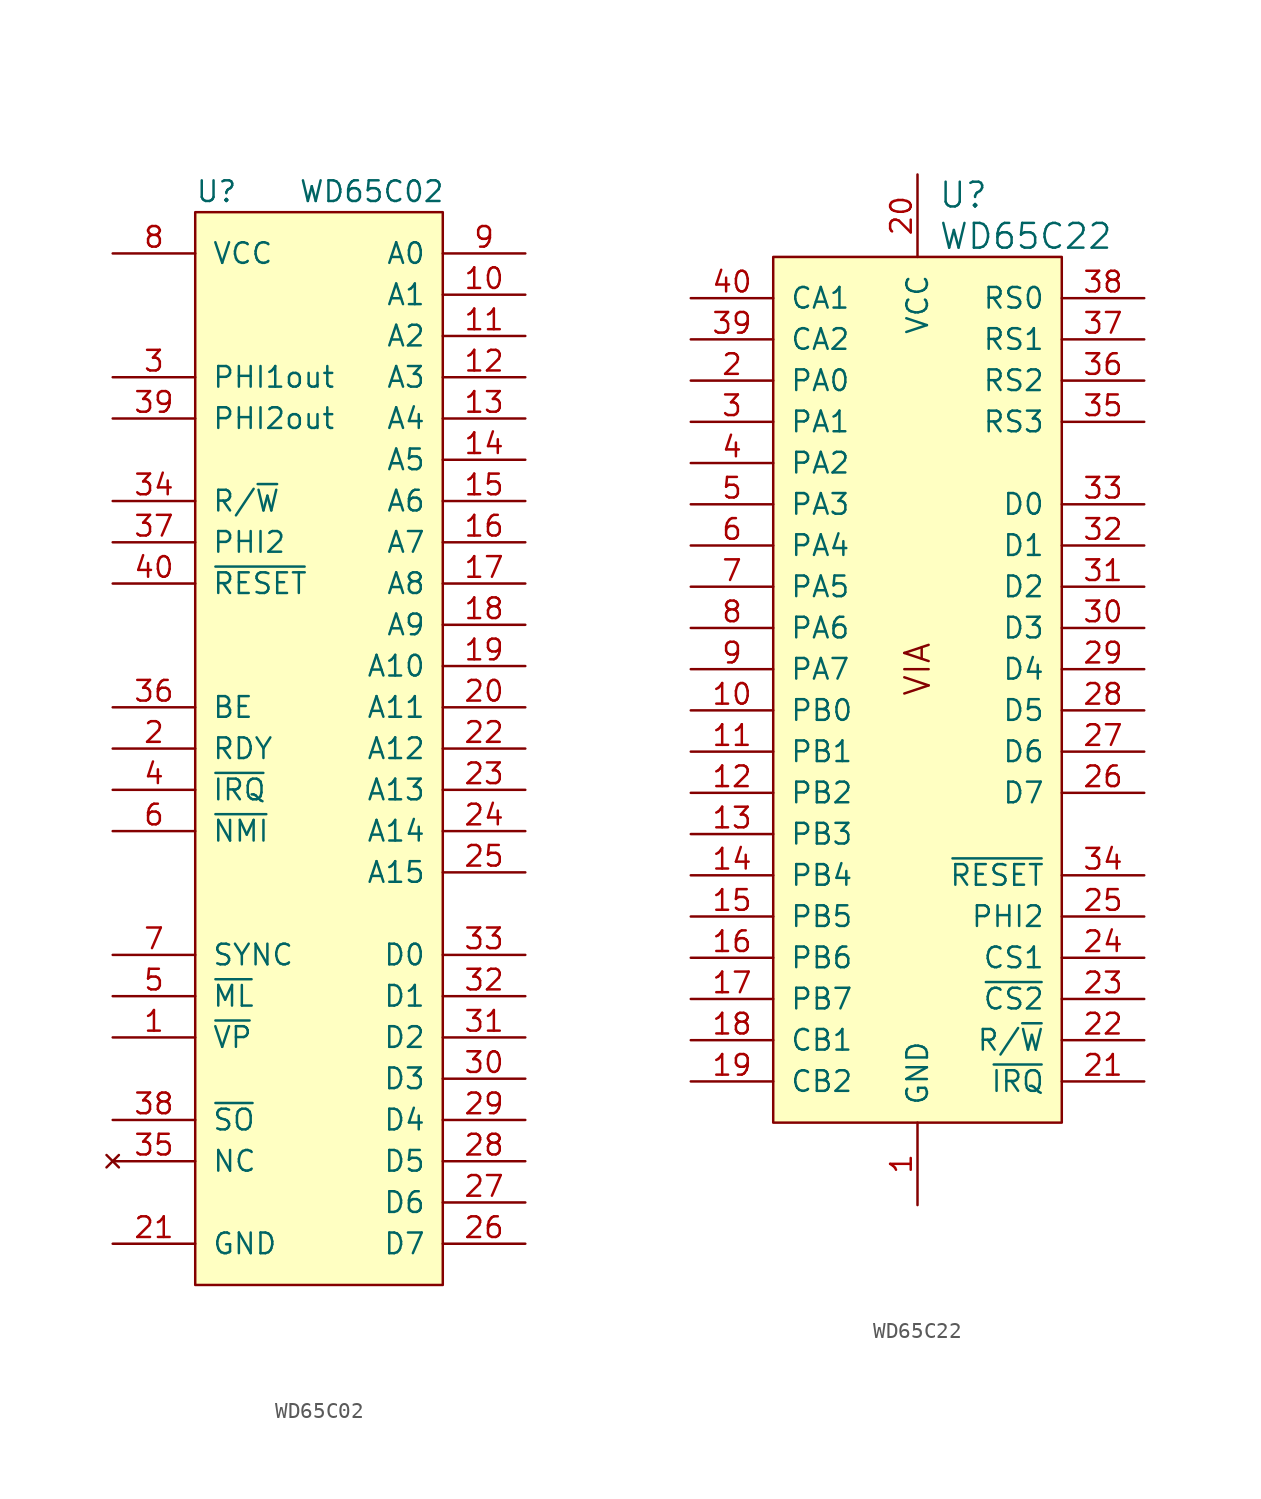
<source format=kicad_sym>
(kicad_symbol_lib
  (version 20220914)
  (generator kicad_symbol_editor)
  (symbol "WD65C02"
    (pin_names
      (offset 1.016))
    (property "Reference" "U"
      (at 0 1.27 0)
      (effects (font (size 1.27 1.27)) (justify left)))
    (property "Value" "WD65C02"
      (at 6.35 1.27 0)
      (effects (font (size 1.27 1.27)) (justify left)))
    (property "Footprint" ""
      (at 19.05 0 0)
      (effects (font (size 1.524 1.524))))
    (property "Datasheet" ""
      (at 19.05 0 0)
      (effects (font (size 1.524 1.524))))
    (symbol "WD65C02_0_1"
      (rectangle (start 0 0) (end 15.24 -66.04) (stroke (width 0) (type solid)) (fill (type background))))
    (symbol "WD65C02_1_1"
      (pin output line (at -5.08 -50.8 0) (length 5.08) (name "~{VP}" (effects (font (size 1.27 1.27)))) (number "1" (effects (font (size 1.27 1.27)))))
      (pin output line (at 20.32 -5.08 180) (length 5.08) (name "A1" (effects (font (size 1.27 1.27)))) (number "10" (effects (font (size 1.27 1.27)))))
      (pin output line (at 20.32 -7.62 180) (length 5.08) (name "A2" (effects (font (size 1.27 1.27)))) (number "11" (effects (font (size 1.27 1.27)))))
      (pin output line (at 20.32 -10.16 180) (length 5.08) (name "A3" (effects (font (size 1.27 1.27)))) (number "12" (effects (font (size 1.27 1.27)))))
      (pin output line (at 20.32 -12.7 180) (length 5.08) (name "A4" (effects (font (size 1.27 1.27)))) (number "13" (effects (font (size 1.27 1.27)))))
      (pin output line (at 20.32 -15.24 180) (length 5.08) (name "A5" (effects (font (size 1.27 1.27)))) (number "14" (effects (font (size 1.27 1.27)))))
      (pin output line (at 20.32 -17.78 180) (length 5.08) (name "A6" (effects (font (size 1.27 1.27)))) (number "15" (effects (font (size 1.27 1.27)))))
      (pin output line (at 20.32 -20.32 180) (length 5.08) (name "A7" (effects (font (size 1.27 1.27)))) (number "16" (effects (font (size 1.27 1.27)))))
      (pin output line (at 20.32 -22.86 180) (length 5.08) (name "A8" (effects (font (size 1.27 1.27)))) (number "17" (effects (font (size 1.27 1.27)))))
      (pin output line (at 20.32 -25.4 180) (length 5.08) (name "A9" (effects (font (size 1.27 1.27)))) (number "18" (effects (font (size 1.27 1.27)))))
      (pin output line (at 20.32 -27.94 180) (length 5.08) (name "A10" (effects (font (size 1.27 1.27)))) (number "19" (effects (font (size 1.27 1.27)))))
      (pin bidirectional line (at -5.08 -33.02 0) (length 5.08) (name "RDY" (effects (font (size 1.27 1.27)))) (number "2" (effects (font (size 1.27 1.27)))))
      (pin output line (at 20.32 -30.48 180) (length 5.08) (name "A11" (effects (font (size 1.27 1.27)))) (number "20" (effects (font (size 1.27 1.27)))))
      (pin power_in line (at -5.08 -63.5 0) (length 5.08) (name "GND" (effects (font (size 1.27 1.27)))) (number "21" (effects (font (size 1.27 1.27)))))
      (pin output line (at 20.32 -33.02 180) (length 5.08) (name "A12" (effects (font (size 1.27 1.27)))) (number "22" (effects (font (size 1.27 1.27)))))
      (pin output line (at 20.32 -35.56 180) (length 5.08) (name "A13" (effects (font (size 1.27 1.27)))) (number "23" (effects (font (size 1.27 1.27)))))
      (pin output line (at 20.32 -38.1 180) (length 5.08) (name "A14" (effects (font (size 1.27 1.27)))) (number "24" (effects (font (size 1.27 1.27)))))
      (pin output line (at 20.32 -40.64 180) (length 5.08) (name "A15" (effects (font (size 1.27 1.27)))) (number "25" (effects (font (size 1.27 1.27)))))
      (pin tri_state line (at 20.32 -63.5 180) (length 5.08) (name "D7" (effects (font (size 1.27 1.27)))) (number "26" (effects (font (size 1.27 1.27)))))
      (pin tri_state line (at 20.32 -60.96 180) (length 5.08) (name "D6" (effects (font (size 1.27 1.27)))) (number "27" (effects (font (size 1.27 1.27)))))
      (pin tri_state line (at 20.32 -58.42 180) (length 5.08) (name "D5" (effects (font (size 1.27 1.27)))) (number "28" (effects (font (size 1.27 1.27)))))
      (pin tri_state line (at 20.32 -55.88 180) (length 5.08) (name "D4" (effects (font (size 1.27 1.27)))) (number "29" (effects (font (size 1.27 1.27)))))
      (pin output line (at -5.08 -10.16 0) (length 5.08) (name "PHI1out" (effects (font (size 1.27 1.27)))) (number "3" (effects (font (size 1.27 1.27)))))
      (pin tri_state line (at 20.32 -53.34 180) (length 5.08) (name "D3" (effects (font (size 1.27 1.27)))) (number "30" (effects (font (size 1.27 1.27)))))
      (pin tri_state line (at 20.32 -50.8 180) (length 5.08) (name "D2" (effects (font (size 1.27 1.27)))) (number "31" (effects (font (size 1.27 1.27)))))
      (pin tri_state line (at 20.32 -48.26 180) (length 5.08) (name "D1" (effects (font (size 1.27 1.27)))) (number "32" (effects (font (size 1.27 1.27)))))
      (pin tri_state line (at 20.32 -45.72 180) (length 5.08) (name "D0" (effects (font (size 1.27 1.27)))) (number "33" (effects (font (size 1.27 1.27)))))
      (pin output line (at -5.08 -17.78 0) (length 5.08) (name "R/~{W}" (effects (font (size 1.27 1.27)))) (number "34" (effects (font (size 1.27 1.27)))))
      (pin no_connect line (at -5.08 -58.42 0) (length 5.08) (name "NC" (effects (font (size 1.27 1.27)))) (number "35" (effects (font (size 1.27 1.27)))))
      (pin input line (at -5.08 -30.48 0) (length 5.08) (name "BE" (effects (font (size 1.27 1.27)))) (number "36" (effects (font (size 1.27 1.27)))))
      (pin input line (at -5.08 -20.32 0) (length 5.08) (name "PHI2" (effects (font (size 1.27 1.27)))) (number "37" (effects (font (size 1.27 1.27)))))
      (pin output line (at -5.08 -55.88 0) (length 5.08) (name "~{SO}" (effects (font (size 1.27 1.27)))) (number "38" (effects (font (size 1.27 1.27)))))
      (pin output line (at -5.08 -12.7 0) (length 5.08) (name "PHI2out" (effects (font (size 1.27 1.27)))) (number "39" (effects (font (size 1.27 1.27)))))
      (pin input line (at -5.08 -35.56 0) (length 5.08) (name "~{IRQ}" (effects (font (size 1.27 1.27)))) (number "4" (effects (font (size 1.27 1.27)))))
      (pin input line (at -5.08 -22.86 0) (length 5.08) (name "~{RESET}" (effects (font (size 1.27 1.27)))) (number "40" (effects (font (size 1.27 1.27)))))
      (pin output line (at -5.08 -48.26 0) (length 5.08) (name "~{ML}" (effects (font (size 1.27 1.27)))) (number "5" (effects (font (size 1.27 1.27)))))
      (pin input line (at -5.08 -38.1 0) (length 5.08) (name "~{NMI}" (effects (font (size 1.27 1.27)))) (number "6" (effects (font (size 1.27 1.27)))))
      (pin output line (at -5.08 -45.72 0) (length 5.08) (name "SYNC" (effects (font (size 1.27 1.27)))) (number "7" (effects (font (size 1.27 1.27)))))
      (pin power_in line (at -5.08 -2.54 0) (length 5.08) (name "VCC" (effects (font (size 1.27 1.27)))) (number "8" (effects (font (size 1.27 1.27)))))
      (pin output line (at 20.32 -2.54 180) (length 5.08) (name "A0" (effects (font (size 1.27 1.27)))) (number "9" (effects (font (size 1.27 1.27)))))))
  (symbol "WD65C22"
    (pin_names
      (offset 1.016))
    (property "Reference" "U"
      (at 1.27 29.21 0)
      (effects (font (size 1.524 1.524)) (justify left)))
    (property "Value" "WD65C22"
      (at 1.27 26.67 0)
      (effects (font (size 1.524 1.524)) (justify left)))
    (symbol "WD65C22_0_0"
      (text "VIA" (at 0 0 900) (effects (font (size 1.499 1.499)))))
    (symbol "WD65C22_0_1"
      (rectangle (start -8.89 25.4) (end 8.89 -27.94) (stroke (width 0) (type solid)) (fill (type background))))
    (symbol "WD65C22_1_1"
      (pin power_in line (at 0 -33.02 90) (length 5.08) (name "GND" (effects (font (size 1.27 1.27)))) (number "1" (effects (font (size 1.27 1.27)))))
      (pin bidirectional line (at -13.97 -2.54 0) (length 5.08) (name "PB0" (effects (font (size 1.27 1.27)))) (number "10" (effects (font (size 1.27 1.27)))))
      (pin bidirectional line (at -13.97 -5.08 0) (length 5.08) (name "PB1" (effects (font (size 1.27 1.27)))) (number "11" (effects (font (size 1.27 1.27)))))
      (pin bidirectional line (at -13.97 -7.62 0) (length 5.08) (name "PB2" (effects (font (size 1.27 1.27)))) (number "12" (effects (font (size 1.27 1.27)))))
      (pin bidirectional line (at -13.97 -10.16 0) (length 5.08) (name "PB3" (effects (font (size 1.27 1.27)))) (number "13" (effects (font (size 1.27 1.27)))))
      (pin bidirectional line (at -13.97 -12.7 0) (length 5.08) (name "PB4" (effects (font (size 1.27 1.27)))) (number "14" (effects (font (size 1.27 1.27)))))
      (pin bidirectional line (at -13.97 -15.24 0) (length 5.08) (name "PB5" (effects (font (size 1.27 1.27)))) (number "15" (effects (font (size 1.27 1.27)))))
      (pin bidirectional line (at -13.97 -17.78 0) (length 5.08) (name "PB6" (effects (font (size 1.27 1.27)))) (number "16" (effects (font (size 1.27 1.27)))))
      (pin bidirectional line (at -13.97 -20.32 0) (length 5.08) (name "PB7" (effects (font (size 1.27 1.27)))) (number "17" (effects (font (size 1.27 1.27)))))
      (pin bidirectional line (at -13.97 -22.86 0) (length 5.08) (name "CB1" (effects (font (size 1.27 1.27)))) (number "18" (effects (font (size 1.27 1.27)))))
      (pin bidirectional line (at -13.97 -25.4 0) (length 5.08) (name "CB2" (effects (font (size 1.27 1.27)))) (number "19" (effects (font (size 1.27 1.27)))))
      (pin bidirectional line (at -13.97 17.78 0) (length 5.08) (name "PA0" (effects (font (size 1.27 1.27)))) (number "2" (effects (font (size 1.27 1.27)))))
      (pin power_in line (at 0 30.48 270) (length 5.08) (name "VCC" (effects (font (size 1.27 1.27)))) (number "20" (effects (font (size 1.27 1.27)))))
      (pin output line (at 13.97 -25.4 180) (length 5.08) (name "~{IRQ}" (effects (font (size 1.27 1.27)))) (number "21" (effects (font (size 1.27 1.27)))))
      (pin input line (at 13.97 -22.86 180) (length 5.08) (name "R/~{W}" (effects (font (size 1.27 1.27)))) (number "22" (effects (font (size 1.27 1.27)))))
      (pin input line (at 13.97 -20.32 180) (length 5.08) (name "~{CS2}" (effects (font (size 1.27 1.27)))) (number "23" (effects (font (size 1.27 1.27)))))
      (pin input line (at 13.97 -17.78 180) (length 5.08) (name "CS1" (effects (font (size 1.27 1.27)))) (number "24" (effects (font (size 1.27 1.27)))))
      (pin input line (at 13.97 -15.24 180) (length 5.08) (name "PHI2" (effects (font (size 1.27 1.27)))) (number "25" (effects (font (size 1.27 1.27)))))
      (pin tri_state line (at 13.97 -7.62 180) (length 5.08) (name "D7" (effects (font (size 1.27 1.27)))) (number "26" (effects (font (size 1.27 1.27)))))
      (pin tri_state line (at 13.97 -5.08 180) (length 5.08) (name "D6" (effects (font (size 1.27 1.27)))) (number "27" (effects (font (size 1.27 1.27)))))
      (pin tri_state line (at 13.97 -2.54 180) (length 5.08) (name "D5" (effects (font (size 1.27 1.27)))) (number "28" (effects (font (size 1.27 1.27)))))
      (pin tri_state line (at 13.97 0 180) (length 5.08) (name "D4" (effects (font (size 1.27 1.27)))) (number "29" (effects (font (size 1.27 1.27)))))
      (pin bidirectional line (at -13.97 15.24 0) (length 5.08) (name "PA1" (effects (font (size 1.27 1.27)))) (number "3" (effects (font (size 1.27 1.27)))))
      (pin tri_state line (at 13.97 2.54 180) (length 5.08) (name "D3" (effects (font (size 1.27 1.27)))) (number "30" (effects (font (size 1.27 1.27)))))
      (pin tri_state line (at 13.97 5.08 180) (length 5.08) (name "D2" (effects (font (size 1.27 1.27)))) (number "31" (effects (font (size 1.27 1.27)))))
      (pin tri_state line (at 13.97 7.62 180) (length 5.08) (name "D1" (effects (font (size 1.27 1.27)))) (number "32" (effects (font (size 1.27 1.27)))))
      (pin tri_state line (at 13.97 10.16 180) (length 5.08) (name "D0" (effects (font (size 1.27 1.27)))) (number "33" (effects (font (size 1.27 1.27)))))
      (pin input line (at 13.97 -12.7 180) (length 5.08) (name "~{RESET}" (effects (font (size 1.27 1.27)))) (number "34" (effects (font (size 1.27 1.27)))))
      (pin input line (at 13.97 15.24 180) (length 5.08) (name "RS3" (effects (font (size 1.27 1.27)))) (number "35" (effects (font (size 1.27 1.27)))))
      (pin input line (at 13.97 17.78 180) (length 5.08) (name "RS2" (effects (font (size 1.27 1.27)))) (number "36" (effects (font (size 1.27 1.27)))))
      (pin input line (at 13.97 20.32 180) (length 5.08) (name "RS1" (effects (font (size 1.27 1.27)))) (number "37" (effects (font (size 1.27 1.27)))))
      (pin input line (at 13.97 22.86 180) (length 5.08) (name "RS0" (effects (font (size 1.27 1.27)))) (number "38" (effects (font (size 1.27 1.27)))))
      (pin bidirectional line (at -13.97 20.32 0) (length 5.08) (name "CA2" (effects (font (size 1.27 1.27)))) (number "39" (effects (font (size 1.27 1.27)))))
      (pin bidirectional line (at -13.97 12.7 0) (length 5.08) (name "PA2" (effects (font (size 1.27 1.27)))) (number "4" (effects (font (size 1.27 1.27)))))
      (pin bidirectional line (at -13.97 22.86 0) (length 5.08) (name "CA1" (effects (font (size 1.27 1.27)))) (number "40" (effects (font (size 1.27 1.27)))))
      (pin bidirectional line (at -13.97 10.16 0) (length 5.08) (name "PA3" (effects (font (size 1.27 1.27)))) (number "5" (effects (font (size 1.27 1.27)))))
      (pin bidirectional line (at -13.97 7.62 0) (length 5.08) (name "PA4" (effects (font (size 1.27 1.27)))) (number "6" (effects (font (size 1.27 1.27)))))
      (pin bidirectional line (at -13.97 5.08 0) (length 5.08) (name "PA5" (effects (font (size 1.27 1.27)))) (number "7" (effects (font (size 1.27 1.27)))))
      (pin bidirectional line (at -13.97 2.54 0) (length 5.08) (name "PA6" (effects (font (size 1.27 1.27)))) (number "8" (effects (font (size 1.27 1.27)))))
      (pin bidirectional line (at -13.97 0 0) (length 5.08) (name "PA7" (effects (font (size 1.27 1.27)))) (number "9" (effects (font (size 1.27 1.27))))))))
</source>
